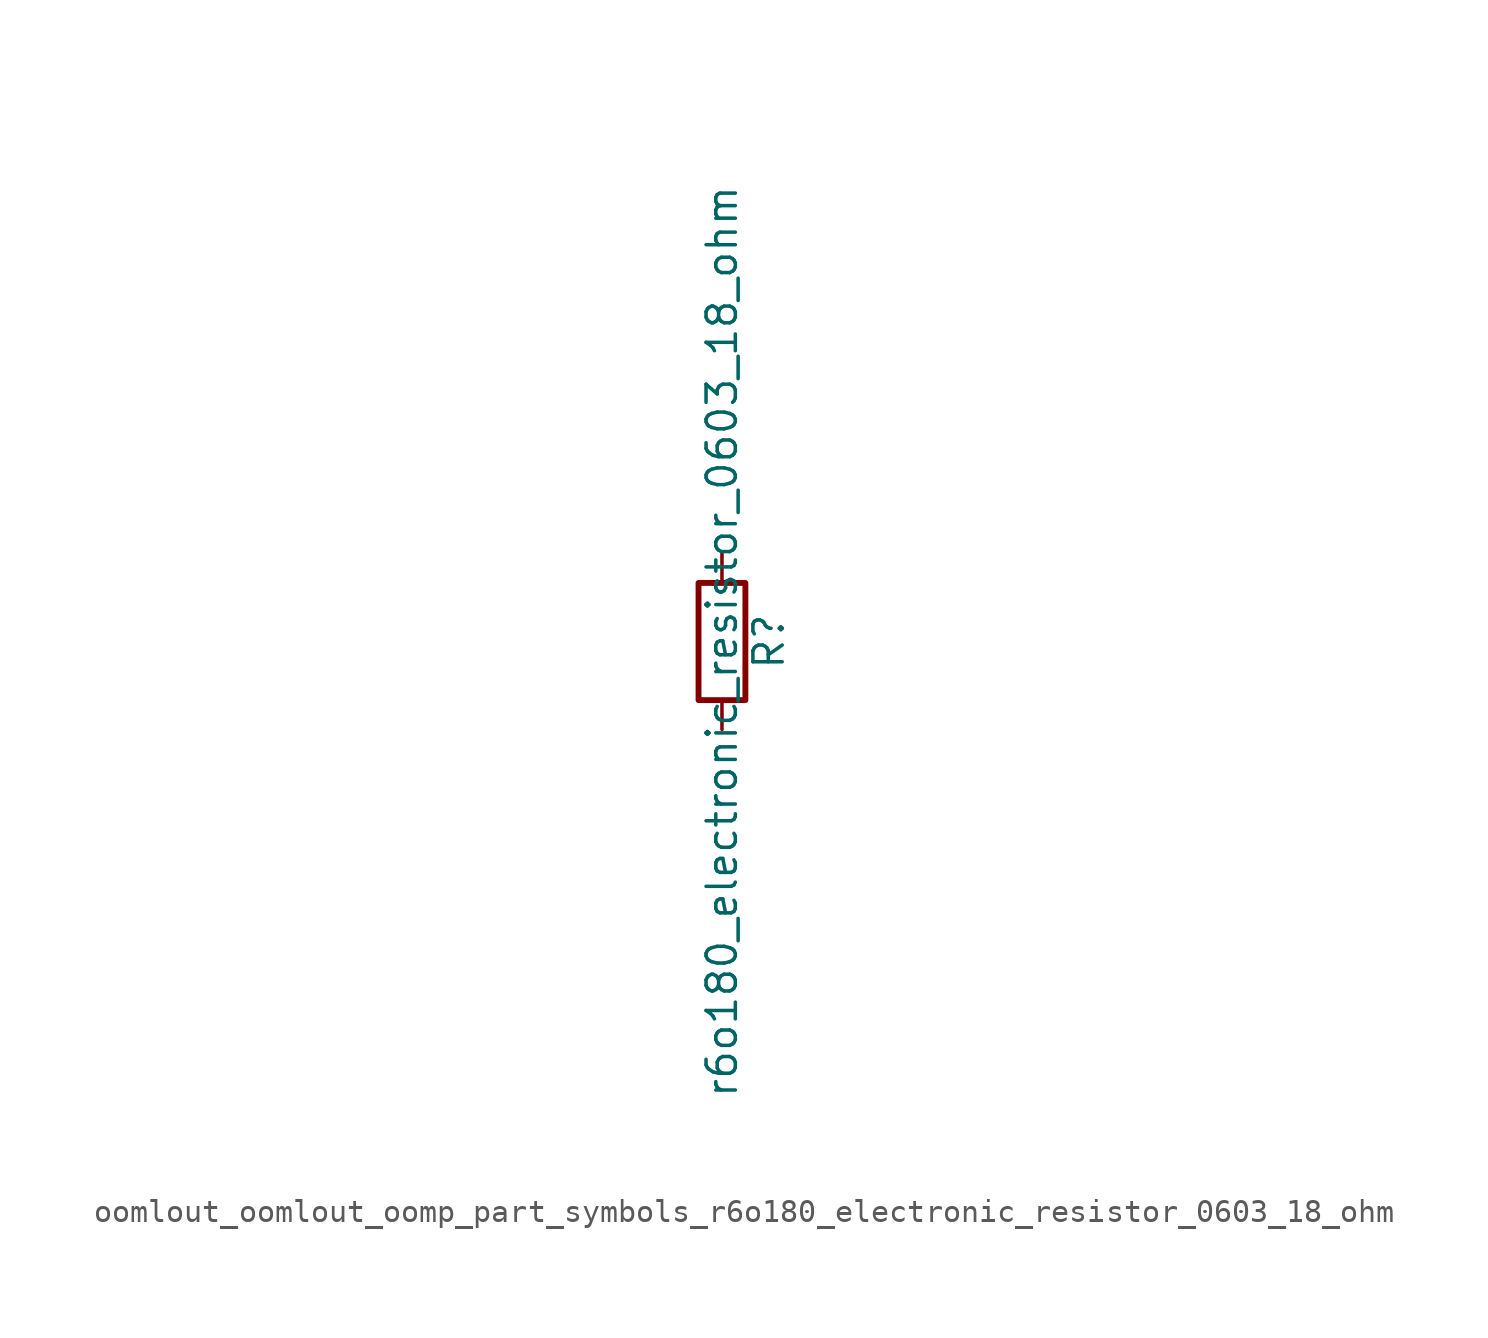
<source format=kicad_sym>
(kicad_symbol_lib
  (version 20220914)
  (generator kicad_symbol_editor)
  (symbol "oomlout_oomlout_oomp_part_symbols_r6o180_electronic_resistor_0603_18_ohm"
    (pin_numbers hide)
    (pin_names
      (offset 0))
    (property "Reference" "R"
      (at 2.032 0 90)
      (effects (font (size 1.27 1.27))))
    (property "Value" "r6o180_electronic_resistor_0603_18_ohm"
      (at 0 0 90)
      (effects (font (size 1.27 1.27))))
    (symbol "oomlout_oomlout_oomp_part_symbols_r6o180_electronic_resistor_0603_18_ohm_0_1"
      (rectangle (start -1.016 -2.54) (end 1.016 2.54) (stroke (width 0.254) (type default)) (fill (type none))))
    (symbol "oomlout_oomlout_oomp_part_symbols_r6o180_electronic_resistor_0603_18_ohm_1_1"
      (pin passive line (at 0 3.81 270) (length 1.27) (name "~" (effects (font (size 1.27 1.27)))) (number "1" (effects (font (size 1.27 1.27)))))
      (pin passive line (at 0 -3.81 90) (length 1.27) (name "~" (effects (font (size 1.27 1.27)))) (number "2" (effects (font (size 1.27 1.27))))))))
</source>
